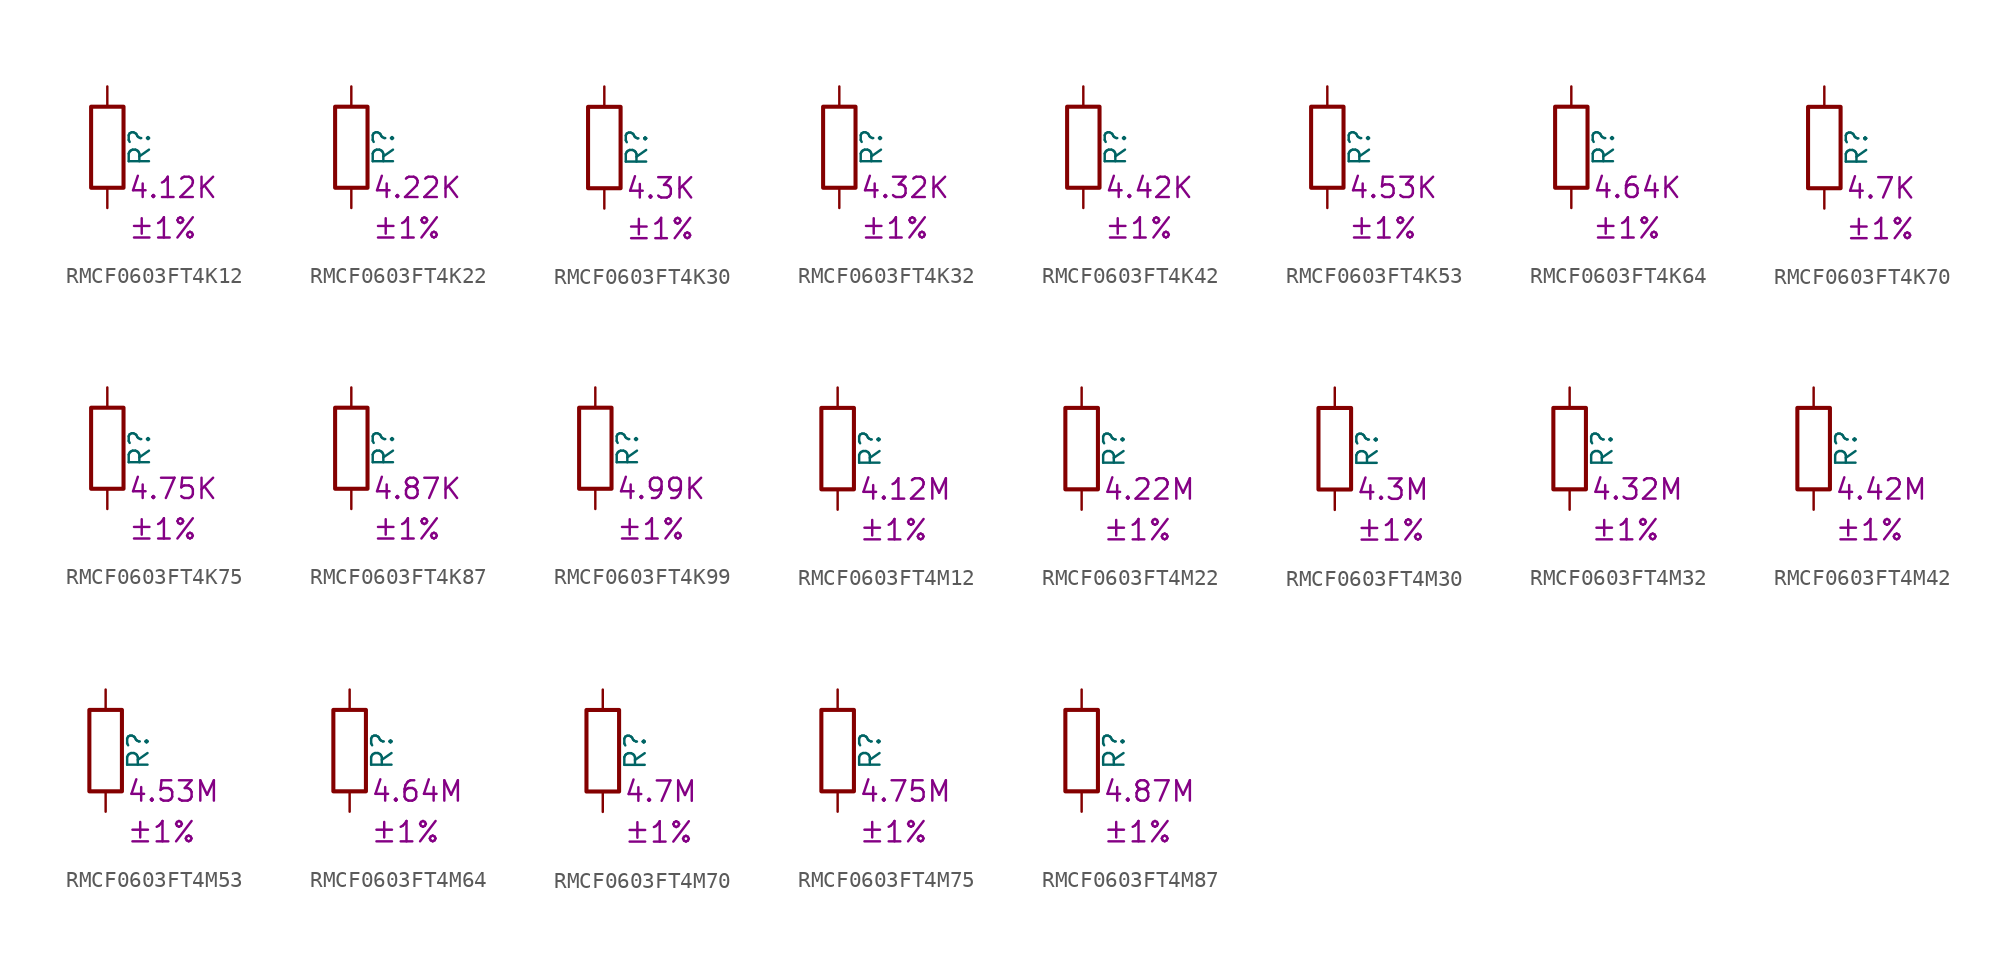
<source format=kicad_sym>
(kicad_symbol_lib
  (version 20220914)
  (generator kicad_symbol_editor)
  (symbol "RMCF0603FT4K12"
    (pin_numbers hide)
    (pin_names
      (offset 0))
    (property "Reference" "R"
      (at 2.032 0 90)
      (effects (font (size 1.27 1.27))))
    (property "Resistance" "4.12K"
      (at 1.27 -2.54 0)
      (effects (font (size 1.27 1.27)) (justify left)))
    (property "Tolerance" "±1%"
      (at 1.27 -5.08 0)
      (effects (font (size 1.27 1.27)) (justify left)))
    (symbol "RMCF0603FT4K12_0_1"
      (rectangle (start -1.016 -2.54) (end 1.016 2.54) (stroke (width 0.254) (type default)) (fill (type none))))
    (symbol "RMCF0603FT4K12_1_1"
      (pin passive line (at 0 3.81 270) (length 1.27) (name "~" (effects (font (size 1.27 1.27)))) (number "1" (effects (font (size 1.27 1.27)))))
      (pin passive line (at 0 -3.81 90) (length 1.27) (name "~" (effects (font (size 1.27 1.27)))) (number "2" (effects (font (size 1.27 1.27)))))))
  (symbol "RMCF0603FT4K22"
    (pin_numbers hide)
    (pin_names
      (offset 0))
    (property "Reference" "R"
      (at 2.032 0 90)
      (effects (font (size 1.27 1.27))))
    (property "Resistance" "4.22K"
      (at 1.27 -2.54 0)
      (effects (font (size 1.27 1.27)) (justify left)))
    (property "Tolerance" "±1%"
      (at 1.27 -5.08 0)
      (effects (font (size 1.27 1.27)) (justify left)))
    (symbol "RMCF0603FT4K22_0_1"
      (rectangle (start -1.016 -2.54) (end 1.016 2.54) (stroke (width 0.254) (type default)) (fill (type none))))
    (symbol "RMCF0603FT4K22_1_1"
      (pin passive line (at 0 3.81 270) (length 1.27) (name "~" (effects (font (size 1.27 1.27)))) (number "1" (effects (font (size 1.27 1.27)))))
      (pin passive line (at 0 -3.81 90) (length 1.27) (name "~" (effects (font (size 1.27 1.27)))) (number "2" (effects (font (size 1.27 1.27)))))))
  (symbol "RMCF0603FT4K30"
    (pin_numbers hide)
    (pin_names
      (offset 0))
    (property "Reference" "R"
      (at 2.032 0 90)
      (effects (font (size 1.27 1.27))))
    (property "Resistance" "4.3K"
      (at 1.27 -2.54 0)
      (effects (font (size 1.27 1.27)) (justify left)))
    (property "Tolerance" "±1%"
      (at 1.27 -5.08 0)
      (effects (font (size 1.27 1.27)) (justify left)))
    (symbol "RMCF0603FT4K30_0_1"
      (rectangle (start -1.016 -2.54) (end 1.016 2.54) (stroke (width 0.254) (type default)) (fill (type none))))
    (symbol "RMCF0603FT4K30_1_1"
      (pin passive line (at 0 3.81 270) (length 1.27) (name "~" (effects (font (size 1.27 1.27)))) (number "1" (effects (font (size 1.27 1.27)))))
      (pin passive line (at 0 -3.81 90) (length 1.27) (name "~" (effects (font (size 1.27 1.27)))) (number "2" (effects (font (size 1.27 1.27)))))))
  (symbol "RMCF0603FT4K32"
    (pin_numbers hide)
    (pin_names
      (offset 0))
    (property "Reference" "R"
      (at 2.032 0 90)
      (effects (font (size 1.27 1.27))))
    (property "Resistance" "4.32K"
      (at 1.27 -2.54 0)
      (effects (font (size 1.27 1.27)) (justify left)))
    (property "Tolerance" "±1%"
      (at 1.27 -5.08 0)
      (effects (font (size 1.27 1.27)) (justify left)))
    (symbol "RMCF0603FT4K32_0_1"
      (rectangle (start -1.016 -2.54) (end 1.016 2.54) (stroke (width 0.254) (type default)) (fill (type none))))
    (symbol "RMCF0603FT4K32_1_1"
      (pin passive line (at 0 3.81 270) (length 1.27) (name "~" (effects (font (size 1.27 1.27)))) (number "1" (effects (font (size 1.27 1.27)))))
      (pin passive line (at 0 -3.81 90) (length 1.27) (name "~" (effects (font (size 1.27 1.27)))) (number "2" (effects (font (size 1.27 1.27)))))))
  (symbol "RMCF0603FT4K42"
    (pin_numbers hide)
    (pin_names
      (offset 0))
    (property "Reference" "R"
      (at 2.032 0 90)
      (effects (font (size 1.27 1.27))))
    (property "Resistance" "4.42K"
      (at 1.27 -2.54 0)
      (effects (font (size 1.27 1.27)) (justify left)))
    (property "Tolerance" "±1%"
      (at 1.27 -5.08 0)
      (effects (font (size 1.27 1.27)) (justify left)))
    (symbol "RMCF0603FT4K42_0_1"
      (rectangle (start -1.016 -2.54) (end 1.016 2.54) (stroke (width 0.254) (type default)) (fill (type none))))
    (symbol "RMCF0603FT4K42_1_1"
      (pin passive line (at 0 3.81 270) (length 1.27) (name "~" (effects (font (size 1.27 1.27)))) (number "1" (effects (font (size 1.27 1.27)))))
      (pin passive line (at 0 -3.81 90) (length 1.27) (name "~" (effects (font (size 1.27 1.27)))) (number "2" (effects (font (size 1.27 1.27)))))))
  (symbol "RMCF0603FT4K53"
    (pin_numbers hide)
    (pin_names
      (offset 0))
    (property "Reference" "R"
      (at 2.032 0 90)
      (effects (font (size 1.27 1.27))))
    (property "Resistance" "4.53K"
      (at 1.27 -2.54 0)
      (effects (font (size 1.27 1.27)) (justify left)))
    (property "Tolerance" "±1%"
      (at 1.27 -5.08 0)
      (effects (font (size 1.27 1.27)) (justify left)))
    (symbol "RMCF0603FT4K53_0_1"
      (rectangle (start -1.016 -2.54) (end 1.016 2.54) (stroke (width 0.254) (type default)) (fill (type none))))
    (symbol "RMCF0603FT4K53_1_1"
      (pin passive line (at 0 3.81 270) (length 1.27) (name "~" (effects (font (size 1.27 1.27)))) (number "1" (effects (font (size 1.27 1.27)))))
      (pin passive line (at 0 -3.81 90) (length 1.27) (name "~" (effects (font (size 1.27 1.27)))) (number "2" (effects (font (size 1.27 1.27)))))))
  (symbol "RMCF0603FT4K64"
    (pin_numbers hide)
    (pin_names
      (offset 0))
    (property "Reference" "R"
      (at 2.032 0 90)
      (effects (font (size 1.27 1.27))))
    (property "Resistance" "4.64K"
      (at 1.27 -2.54 0)
      (effects (font (size 1.27 1.27)) (justify left)))
    (property "Tolerance" "±1%"
      (at 1.27 -5.08 0)
      (effects (font (size 1.27 1.27)) (justify left)))
    (symbol "RMCF0603FT4K64_0_1"
      (rectangle (start -1.016 -2.54) (end 1.016 2.54) (stroke (width 0.254) (type default)) (fill (type none))))
    (symbol "RMCF0603FT4K64_1_1"
      (pin passive line (at 0 3.81 270) (length 1.27) (name "~" (effects (font (size 1.27 1.27)))) (number "1" (effects (font (size 1.27 1.27)))))
      (pin passive line (at 0 -3.81 90) (length 1.27) (name "~" (effects (font (size 1.27 1.27)))) (number "2" (effects (font (size 1.27 1.27)))))))
  (symbol "RMCF0603FT4K70"
    (pin_numbers hide)
    (pin_names
      (offset 0))
    (property "Reference" "R"
      (at 2.032 0 90)
      (effects (font (size 1.27 1.27))))
    (property "Resistance" "4.7K"
      (at 1.27 -2.54 0)
      (effects (font (size 1.27 1.27)) (justify left)))
    (property "Tolerance" "±1%"
      (at 1.27 -5.08 0)
      (effects (font (size 1.27 1.27)) (justify left)))
    (symbol "RMCF0603FT4K70_0_1"
      (rectangle (start -1.016 -2.54) (end 1.016 2.54) (stroke (width 0.254) (type default)) (fill (type none))))
    (symbol "RMCF0603FT4K70_1_1"
      (pin passive line (at 0 3.81 270) (length 1.27) (name "~" (effects (font (size 1.27 1.27)))) (number "1" (effects (font (size 1.27 1.27)))))
      (pin passive line (at 0 -3.81 90) (length 1.27) (name "~" (effects (font (size 1.27 1.27)))) (number "2" (effects (font (size 1.27 1.27)))))))
  (symbol "RMCF0603FT4K75"
    (pin_numbers hide)
    (pin_names
      (offset 0))
    (property "Reference" "R"
      (at 2.032 0 90)
      (effects (font (size 1.27 1.27))))
    (property "Resistance" "4.75K"
      (at 1.27 -2.54 0)
      (effects (font (size 1.27 1.27)) (justify left)))
    (property "Tolerance" "±1%"
      (at 1.27 -5.08 0)
      (effects (font (size 1.27 1.27)) (justify left)))
    (symbol "RMCF0603FT4K75_0_1"
      (rectangle (start -1.016 -2.54) (end 1.016 2.54) (stroke (width 0.254) (type default)) (fill (type none))))
    (symbol "RMCF0603FT4K75_1_1"
      (pin passive line (at 0 3.81 270) (length 1.27) (name "~" (effects (font (size 1.27 1.27)))) (number "1" (effects (font (size 1.27 1.27)))))
      (pin passive line (at 0 -3.81 90) (length 1.27) (name "~" (effects (font (size 1.27 1.27)))) (number "2" (effects (font (size 1.27 1.27)))))))
  (symbol "RMCF0603FT4K87"
    (pin_numbers hide)
    (pin_names
      (offset 0))
    (property "Reference" "R"
      (at 2.032 0 90)
      (effects (font (size 1.27 1.27))))
    (property "Resistance" "4.87K"
      (at 1.27 -2.54 0)
      (effects (font (size 1.27 1.27)) (justify left)))
    (property "Tolerance" "±1%"
      (at 1.27 -5.08 0)
      (effects (font (size 1.27 1.27)) (justify left)))
    (symbol "RMCF0603FT4K87_0_1"
      (rectangle (start -1.016 -2.54) (end 1.016 2.54) (stroke (width 0.254) (type default)) (fill (type none))))
    (symbol "RMCF0603FT4K87_1_1"
      (pin passive line (at 0 3.81 270) (length 1.27) (name "~" (effects (font (size 1.27 1.27)))) (number "1" (effects (font (size 1.27 1.27)))))
      (pin passive line (at 0 -3.81 90) (length 1.27) (name "~" (effects (font (size 1.27 1.27)))) (number "2" (effects (font (size 1.27 1.27)))))))
  (symbol "RMCF0603FT4K99"
    (pin_numbers hide)
    (pin_names
      (offset 0))
    (property "Reference" "R"
      (at 2.032 0 90)
      (effects (font (size 1.27 1.27))))
    (property "Resistance" "4.99K"
      (at 1.27 -2.54 0)
      (effects (font (size 1.27 1.27)) (justify left)))
    (property "Tolerance" "±1%"
      (at 1.27 -5.08 0)
      (effects (font (size 1.27 1.27)) (justify left)))
    (symbol "RMCF0603FT4K99_0_1"
      (rectangle (start -1.016 -2.54) (end 1.016 2.54) (stroke (width 0.254) (type default)) (fill (type none))))
    (symbol "RMCF0603FT4K99_1_1"
      (pin passive line (at 0 3.81 270) (length 1.27) (name "~" (effects (font (size 1.27 1.27)))) (number "1" (effects (font (size 1.27 1.27)))))
      (pin passive line (at 0 -3.81 90) (length 1.27) (name "~" (effects (font (size 1.27 1.27)))) (number "2" (effects (font (size 1.27 1.27)))))))
  (symbol "RMCF0603FT4M12"
    (pin_numbers hide)
    (pin_names
      (offset 0))
    (property "Reference" "R"
      (at 2.032 0 90)
      (effects (font (size 1.27 1.27))))
    (property "Resistance" "4.12M"
      (at 1.27 -2.54 0)
      (effects (font (size 1.27 1.27)) (justify left)))
    (property "Tolerance" "±1%"
      (at 1.27 -5.08 0)
      (effects (font (size 1.27 1.27)) (justify left)))
    (symbol "RMCF0603FT4M12_0_1"
      (rectangle (start -1.016 -2.54) (end 1.016 2.54) (stroke (width 0.254) (type default)) (fill (type none))))
    (symbol "RMCF0603FT4M12_1_1"
      (pin passive line (at 0 3.81 270) (length 1.27) (name "~" (effects (font (size 1.27 1.27)))) (number "1" (effects (font (size 1.27 1.27)))))
      (pin passive line (at 0 -3.81 90) (length 1.27) (name "~" (effects (font (size 1.27 1.27)))) (number "2" (effects (font (size 1.27 1.27)))))))
  (symbol "RMCF0603FT4M22"
    (pin_numbers hide)
    (pin_names
      (offset 0))
    (property "Reference" "R"
      (at 2.032 0 90)
      (effects (font (size 1.27 1.27))))
    (property "Resistance" "4.22M"
      (at 1.27 -2.54 0)
      (effects (font (size 1.27 1.27)) (justify left)))
    (property "Tolerance" "±1%"
      (at 1.27 -5.08 0)
      (effects (font (size 1.27 1.27)) (justify left)))
    (symbol "RMCF0603FT4M22_0_1"
      (rectangle (start -1.016 -2.54) (end 1.016 2.54) (stroke (width 0.254) (type default)) (fill (type none))))
    (symbol "RMCF0603FT4M22_1_1"
      (pin passive line (at 0 3.81 270) (length 1.27) (name "~" (effects (font (size 1.27 1.27)))) (number "1" (effects (font (size 1.27 1.27)))))
      (pin passive line (at 0 -3.81 90) (length 1.27) (name "~" (effects (font (size 1.27 1.27)))) (number "2" (effects (font (size 1.27 1.27)))))))
  (symbol "RMCF0603FT4M30"
    (pin_numbers hide)
    (pin_names
      (offset 0))
    (property "Reference" "R"
      (at 2.032 0 90)
      (effects (font (size 1.27 1.27))))
    (property "Resistance" "4.3M"
      (at 1.27 -2.54 0)
      (effects (font (size 1.27 1.27)) (justify left)))
    (property "Tolerance" "±1%"
      (at 1.27 -5.08 0)
      (effects (font (size 1.27 1.27)) (justify left)))
    (symbol "RMCF0603FT4M30_0_1"
      (rectangle (start -1.016 -2.54) (end 1.016 2.54) (stroke (width 0.254) (type default)) (fill (type none))))
    (symbol "RMCF0603FT4M30_1_1"
      (pin passive line (at 0 3.81 270) (length 1.27) (name "~" (effects (font (size 1.27 1.27)))) (number "1" (effects (font (size 1.27 1.27)))))
      (pin passive line (at 0 -3.81 90) (length 1.27) (name "~" (effects (font (size 1.27 1.27)))) (number "2" (effects (font (size 1.27 1.27)))))))
  (symbol "RMCF0603FT4M32"
    (pin_numbers hide)
    (pin_names
      (offset 0))
    (property "Reference" "R"
      (at 2.032 0 90)
      (effects (font (size 1.27 1.27))))
    (property "Resistance" "4.32M"
      (at 1.27 -2.54 0)
      (effects (font (size 1.27 1.27)) (justify left)))
    (property "Tolerance" "±1%"
      (at 1.27 -5.08 0)
      (effects (font (size 1.27 1.27)) (justify left)))
    (symbol "RMCF0603FT4M32_0_1"
      (rectangle (start -1.016 -2.54) (end 1.016 2.54) (stroke (width 0.254) (type default)) (fill (type none))))
    (symbol "RMCF0603FT4M32_1_1"
      (pin passive line (at 0 3.81 270) (length 1.27) (name "~" (effects (font (size 1.27 1.27)))) (number "1" (effects (font (size 1.27 1.27)))))
      (pin passive line (at 0 -3.81 90) (length 1.27) (name "~" (effects (font (size 1.27 1.27)))) (number "2" (effects (font (size 1.27 1.27)))))))
  (symbol "RMCF0603FT4M42"
    (pin_numbers hide)
    (pin_names
      (offset 0))
    (property "Reference" "R"
      (at 2.032 0 90)
      (effects (font (size 1.27 1.27))))
    (property "Resistance" "4.42M"
      (at 1.27 -2.54 0)
      (effects (font (size 1.27 1.27)) (justify left)))
    (property "Tolerance" "±1%"
      (at 1.27 -5.08 0)
      (effects (font (size 1.27 1.27)) (justify left)))
    (symbol "RMCF0603FT4M42_0_1"
      (rectangle (start -1.016 -2.54) (end 1.016 2.54) (stroke (width 0.254) (type default)) (fill (type none))))
    (symbol "RMCF0603FT4M42_1_1"
      (pin passive line (at 0 3.81 270) (length 1.27) (name "~" (effects (font (size 1.27 1.27)))) (number "1" (effects (font (size 1.27 1.27)))))
      (pin passive line (at 0 -3.81 90) (length 1.27) (name "~" (effects (font (size 1.27 1.27)))) (number "2" (effects (font (size 1.27 1.27)))))))
  (symbol "RMCF0603FT4M53"
    (pin_numbers hide)
    (pin_names
      (offset 0))
    (property "Reference" "R"
      (at 2.032 0 90)
      (effects (font (size 1.27 1.27))))
    (property "Resistance" "4.53M"
      (at 1.27 -2.54 0)
      (effects (font (size 1.27 1.27)) (justify left)))
    (property "Tolerance" "±1%"
      (at 1.27 -5.08 0)
      (effects (font (size 1.27 1.27)) (justify left)))
    (symbol "RMCF0603FT4M53_0_1"
      (rectangle (start -1.016 -2.54) (end 1.016 2.54) (stroke (width 0.254) (type default)) (fill (type none))))
    (symbol "RMCF0603FT4M53_1_1"
      (pin passive line (at 0 3.81 270) (length 1.27) (name "~" (effects (font (size 1.27 1.27)))) (number "1" (effects (font (size 1.27 1.27)))))
      (pin passive line (at 0 -3.81 90) (length 1.27) (name "~" (effects (font (size 1.27 1.27)))) (number "2" (effects (font (size 1.27 1.27)))))))
  (symbol "RMCF0603FT4M64"
    (pin_numbers hide)
    (pin_names
      (offset 0))
    (property "Reference" "R"
      (at 2.032 0 90)
      (effects (font (size 1.27 1.27))))
    (property "Resistance" "4.64M"
      (at 1.27 -2.54 0)
      (effects (font (size 1.27 1.27)) (justify left)))
    (property "Tolerance" "±1%"
      (at 1.27 -5.08 0)
      (effects (font (size 1.27 1.27)) (justify left)))
    (symbol "RMCF0603FT4M64_0_1"
      (rectangle (start -1.016 -2.54) (end 1.016 2.54) (stroke (width 0.254) (type default)) (fill (type none))))
    (symbol "RMCF0603FT4M64_1_1"
      (pin passive line (at 0 3.81 270) (length 1.27) (name "~" (effects (font (size 1.27 1.27)))) (number "1" (effects (font (size 1.27 1.27)))))
      (pin passive line (at 0 -3.81 90) (length 1.27) (name "~" (effects (font (size 1.27 1.27)))) (number "2" (effects (font (size 1.27 1.27)))))))
  (symbol "RMCF0603FT4M70"
    (pin_numbers hide)
    (pin_names
      (offset 0))
    (property "Reference" "R"
      (at 2.032 0 90)
      (effects (font (size 1.27 1.27))))
    (property "Resistance" "4.7M"
      (at 1.27 -2.54 0)
      (effects (font (size 1.27 1.27)) (justify left)))
    (property "Tolerance" "±1%"
      (at 1.27 -5.08 0)
      (effects (font (size 1.27 1.27)) (justify left)))
    (symbol "RMCF0603FT4M70_0_1"
      (rectangle (start -1.016 -2.54) (end 1.016 2.54) (stroke (width 0.254) (type default)) (fill (type none))))
    (symbol "RMCF0603FT4M70_1_1"
      (pin passive line (at 0 3.81 270) (length 1.27) (name "~" (effects (font (size 1.27 1.27)))) (number "1" (effects (font (size 1.27 1.27)))))
      (pin passive line (at 0 -3.81 90) (length 1.27) (name "~" (effects (font (size 1.27 1.27)))) (number "2" (effects (font (size 1.27 1.27)))))))
  (symbol "RMCF0603FT4M75"
    (pin_numbers hide)
    (pin_names
      (offset 0))
    (property "Reference" "R"
      (at 2.032 0 90)
      (effects (font (size 1.27 1.27))))
    (property "Resistance" "4.75M"
      (at 1.27 -2.54 0)
      (effects (font (size 1.27 1.27)) (justify left)))
    (property "Tolerance" "±1%"
      (at 1.27 -5.08 0)
      (effects (font (size 1.27 1.27)) (justify left)))
    (symbol "RMCF0603FT4M75_0_1"
      (rectangle (start -1.016 -2.54) (end 1.016 2.54) (stroke (width 0.254) (type default)) (fill (type none))))
    (symbol "RMCF0603FT4M75_1_1"
      (pin passive line (at 0 3.81 270) (length 1.27) (name "~" (effects (font (size 1.27 1.27)))) (number "1" (effects (font (size 1.27 1.27)))))
      (pin passive line (at 0 -3.81 90) (length 1.27) (name "~" (effects (font (size 1.27 1.27)))) (number "2" (effects (font (size 1.27 1.27)))))))
  (symbol "RMCF0603FT4M87"
    (pin_numbers hide)
    (pin_names
      (offset 0))
    (property "Reference" "R"
      (at 2.032 0 90)
      (effects (font (size 1.27 1.27))))
    (property "Resistance" "4.87M"
      (at 1.27 -2.54 0)
      (effects (font (size 1.27 1.27)) (justify left)))
    (property "Tolerance" "±1%"
      (at 1.27 -5.08 0)
      (effects (font (size 1.27 1.27)) (justify left)))
    (symbol "RMCF0603FT4M87_0_1"
      (rectangle (start -1.016 -2.54) (end 1.016 2.54) (stroke (width 0.254) (type default)) (fill (type none))))
    (symbol "RMCF0603FT4M87_1_1"
      (pin passive line (at 0 3.81 270) (length 1.27) (name "~" (effects (font (size 1.27 1.27)))) (number "1" (effects (font (size 1.27 1.27)))))
      (pin passive line (at 0 -3.81 90) (length 1.27) (name "~" (effects (font (size 1.27 1.27)))) (number "2" (effects (font (size 1.27 1.27))))))))
</source>
